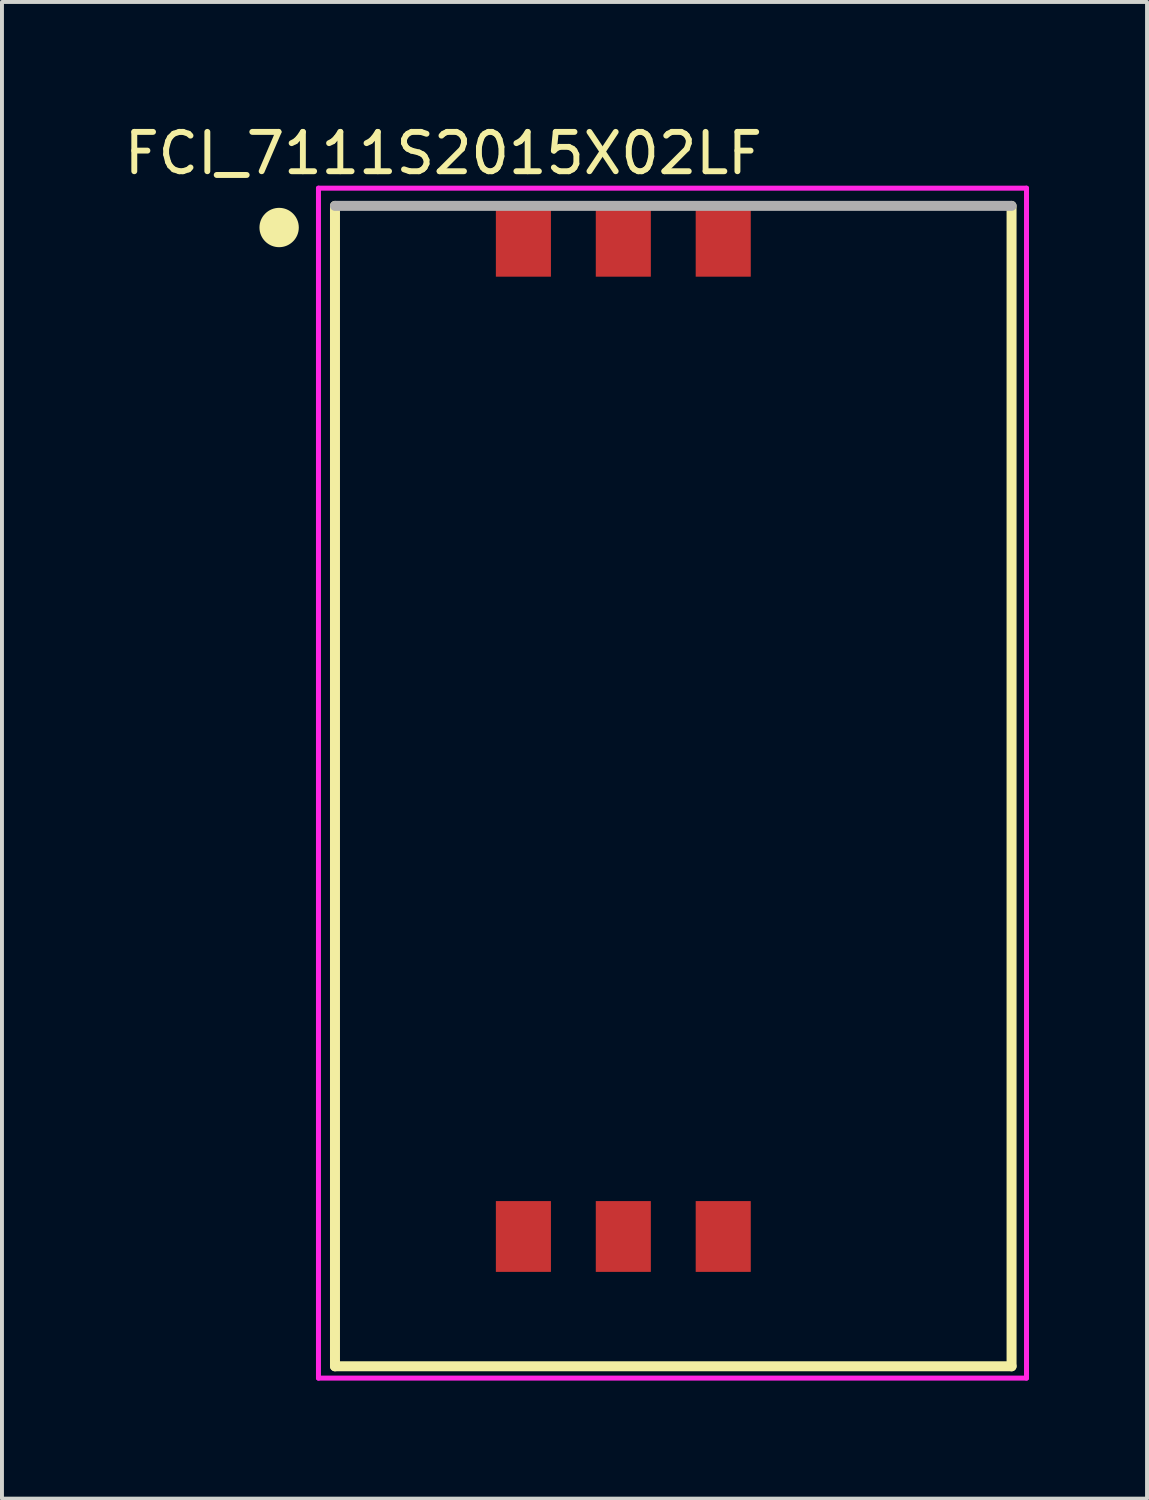
<source format=kicad_pcb>
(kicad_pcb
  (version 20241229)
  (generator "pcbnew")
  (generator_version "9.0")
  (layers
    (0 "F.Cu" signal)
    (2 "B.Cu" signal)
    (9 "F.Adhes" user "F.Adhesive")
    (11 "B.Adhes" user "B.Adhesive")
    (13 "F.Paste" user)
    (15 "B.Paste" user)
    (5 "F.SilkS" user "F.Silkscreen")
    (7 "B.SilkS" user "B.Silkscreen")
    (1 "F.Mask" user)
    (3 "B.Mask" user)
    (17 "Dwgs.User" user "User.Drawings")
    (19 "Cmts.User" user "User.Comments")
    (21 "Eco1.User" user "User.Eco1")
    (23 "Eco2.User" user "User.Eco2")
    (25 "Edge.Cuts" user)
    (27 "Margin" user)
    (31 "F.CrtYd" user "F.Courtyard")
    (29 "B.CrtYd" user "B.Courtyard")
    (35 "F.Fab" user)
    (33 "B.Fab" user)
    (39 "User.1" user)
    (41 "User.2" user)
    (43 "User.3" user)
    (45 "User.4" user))
  (footprint "FCI_7111S2015X02LF"
    (layer "F.Cu")
    (at 12.796 15.734)
    (property "Reference" "FCI_7111S2015X02LF" (at -4.575 -14.886 0) (layer "F.SilkS") (effects (font (size 1 1) (thickness 0.15))))
    (attr through_hole)
    (fp_line (start -7.33 -13.55) (end -7.33 15.95) (stroke (width 0.254) (type solid)) (layer "F.SilkS"))
    (fp_line (start -7.33 15.95) (end 9.87 15.95) (stroke (width 0.254) (type solid)) (layer "F.SilkS"))
    (fp_line (start 9.87 15.95) (end 9.87 -13.55) (stroke (width 0.254) (type solid)) (layer "F.SilkS"))
    (fp_circle (center -8.75 -13) (end -8.25 -13) (stroke (width 0) (type solid)) (fill yes) (layer "F.SilkS"))
    (fp_line (start -7.75 -14) (end 10.25 -14) (stroke (width 0.127) (type solid)) (layer "F.CrtYd"))
    (fp_line (start -7.75 16.25) (end -7.75 -14) (stroke (width 0.127) (type solid)) (layer "F.CrtYd"))
    (fp_line (start 10.25 -14) (end 10.25 16.25) (stroke (width 0.127) (type solid)) (layer "F.CrtYd"))
    (fp_line (start 10.25 16.25) (end -7.75 16.25) (stroke (width 0.127) (type solid)) (layer "F.CrtYd"))
    (fp_line (start 9.87 -13.55) (end -7.33 -13.55) (stroke (width 0.254) (type solid)) (layer "F.Fab"))
    (pad "1" smd rect (at -2.54 -12.65) (size 1.4 1.8) (layers "F.Cu" "F.Mask" "F.Paste"))
    (pad "2" smd rect (at 0 -12.65) (size 1.4 1.8) (layers "F.Cu" "F.Mask" "F.Paste"))
    (pad "3" smd rect (at 2.54 -12.65) (size 1.4 1.8) (layers "F.Cu" "F.Mask" "F.Paste"))
    (pad "5" smd rect (at -2.54 12.65) (size 1.4 1.8) (layers "F.Cu" "F.Mask" "F.Paste"))
    (pad "6" smd rect (at 0 12.65) (size 1.4 1.8) (layers "F.Cu" "F.Mask" "F.Paste"))
    (pad "7" smd rect (at 2.54 12.65) (size 1.4 1.8) (layers "F.Cu" "F.Mask" "F.Paste"))
    (zone (net_name "") (layer "F.Cu") (hatch full 0.508) (connect_pads) (min_thickness 0.01) (filled_areas_thickness no) (keepout (tracks not_allowed) (vias not_allowed) (pads not_allowed) (copperpour not_allowed) (footprints allowed)) (placement (enabled no)) (fill) (polygon (pts (xy 8.766 11.684) (xy 17.066 11.684) (xy 17.066 19.985) (xy 8.766 19.985)))))
  (gr_rect
    (start -3 -3)
    (end 26.11 35.048)
    (stroke (width 0.1) (type default))
    (fill no)
    (layer "Edge.Cuts")))
</source>
